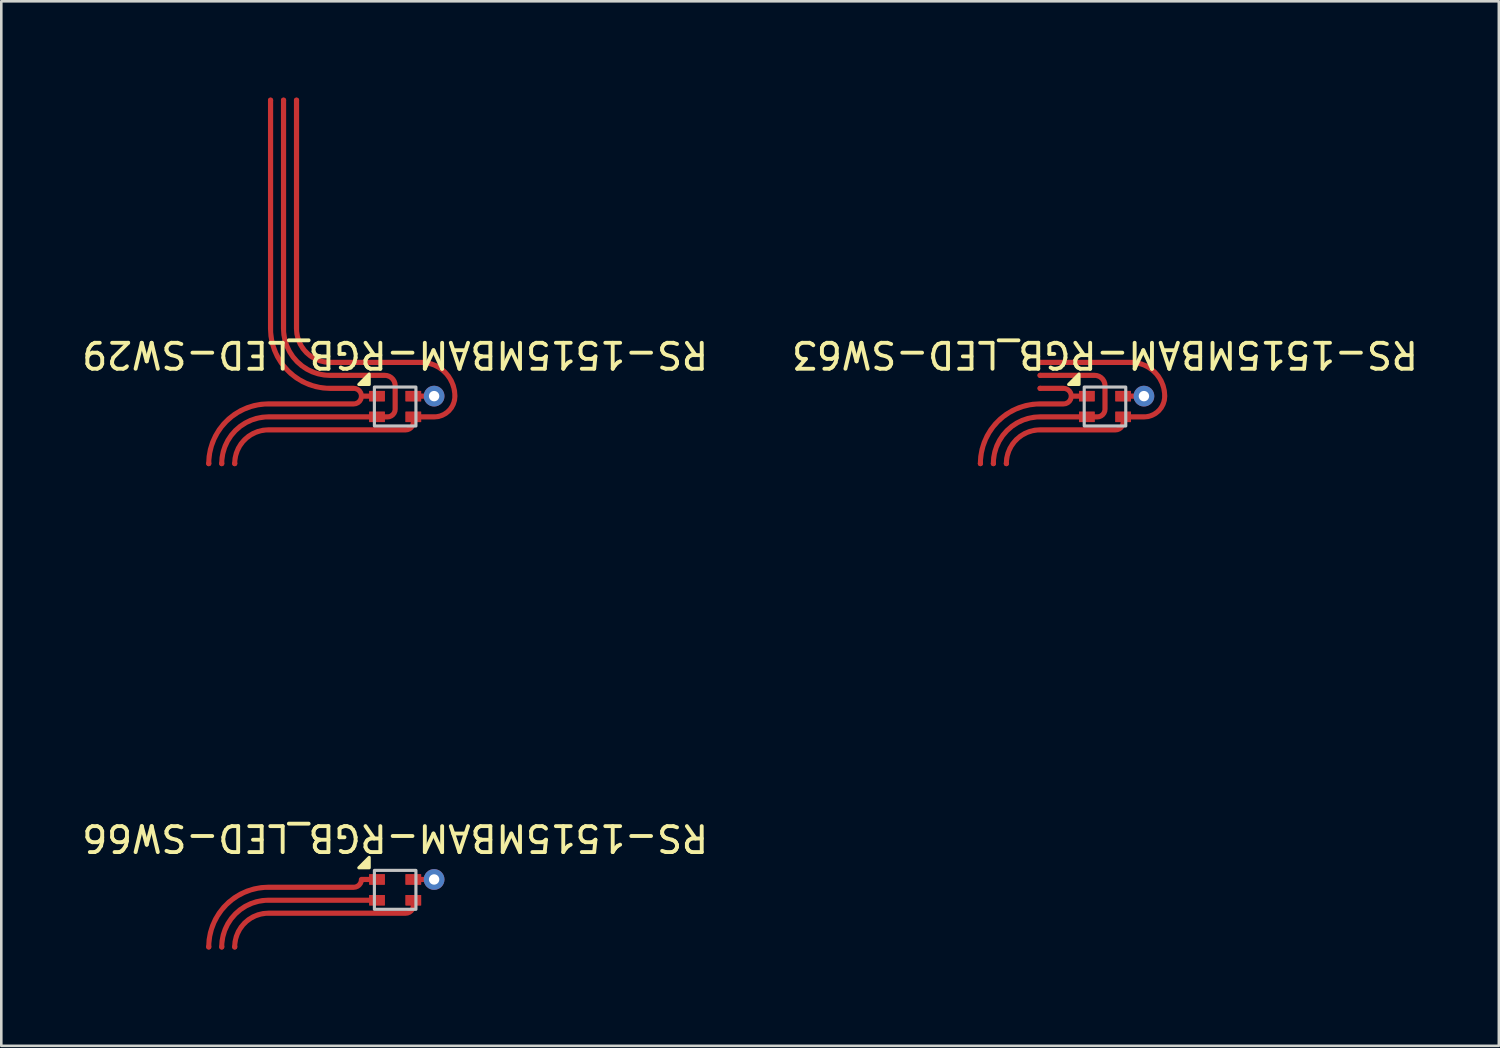
<source format=kicad_pcb>
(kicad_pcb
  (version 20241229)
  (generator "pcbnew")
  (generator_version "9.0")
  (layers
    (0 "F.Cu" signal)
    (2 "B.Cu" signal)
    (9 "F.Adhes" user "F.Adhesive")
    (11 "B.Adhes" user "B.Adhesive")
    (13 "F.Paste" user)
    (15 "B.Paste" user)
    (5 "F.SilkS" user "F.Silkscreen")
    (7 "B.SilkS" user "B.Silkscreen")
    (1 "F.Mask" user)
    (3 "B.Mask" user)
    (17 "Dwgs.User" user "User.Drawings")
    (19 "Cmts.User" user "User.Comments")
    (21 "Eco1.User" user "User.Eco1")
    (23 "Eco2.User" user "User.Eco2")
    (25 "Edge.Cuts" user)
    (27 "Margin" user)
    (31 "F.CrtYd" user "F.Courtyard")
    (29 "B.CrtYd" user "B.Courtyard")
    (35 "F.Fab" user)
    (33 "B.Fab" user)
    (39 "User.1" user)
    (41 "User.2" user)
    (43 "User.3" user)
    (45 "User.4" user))
  (footprint "RS-1515MBAM-RGB_LED-SW66"
    (layer "F.Cu")
    (at 12.173 31.23)
    (property "Reference" "RS-1515MBAM-RGB_LED-SW66" (at 0 -2 180) (unlocked yes) (layer "F.SilkS") (effects (font (size 1 1) (thickness 0.15))))
    (attr smd)
    (fp_poly (pts (xy -1 -0.85) (xy -1.4 -0.85) (xy -1 -1.25)) (stroke (width 0.12) (type solid)) (fill yes) (layer "F.SilkS"))
    (fp_rect (start -0.8 -0.75) (end 0.8 0.75) (stroke (width 0.12) (type solid)) (fill no) (layer "Dwgs.User"))
    (fp_line (start -2 -12.55) (end 2 -12.55) (stroke (width 0.12) (type solid)) (layer "User.4"))
    (fp_line (start -2 -11.05) (end 2 -11.05) (stroke (width 0.12) (type solid)) (layer "User.4"))
    (fp_line (start -2 1.45) (end 2 1.45) (stroke (width 0.12) (type solid)) (layer "User.4"))
    (fp_line (start -2 2.95) (end 2 2.95) (stroke (width 0.12) (type solid)) (layer "User.4"))
    (fp_arc (start -2 -11.05) (mid -2.75 -11.8) (end -2 -12.55) (stroke (width 0.12) (type solid)) (layer "User.4"))
    (fp_arc (start -2 2.95) (mid -2.75 2.2) (end -2 1.45) (stroke (width 0.12) (type solid)) (layer "User.4"))
    (fp_arc (start 2 -12.55) (mid 2.75 -11.8) (end 2 -11.05) (stroke (width 0.12) (type solid)) (layer "User.4"))
    (fp_arc (start 2 1.45) (mid 2.75 2.2) (end 2 2.95) (stroke (width 0.12) (type solid)) (layer "User.4"))
    (fp_circle (center 0 -4.8) (end 1.65 -4.8) (stroke (width 0.12) (type solid)) (fill no) (layer "User.4"))
    (pad "1" smd circle (at -7.181 2.2) (size 0.2 0.2) (layers "F.Cu"))
    (pad "1" smd rect (at -0.7 -0.4) (size 0.6 0.4) (layers "F.Cu" "F.Mask" "F.Paste"))
    (pad "1" smd custom (at -0.7 -0.4) (size 0.6 0.4) (layers "F.Cu") (options (anchor rect)) (primitives (gr_line (start 0 0) (end -0.6 0) (width 0.2)) (gr_arc (start -0.6 0) (mid -0.687868 0.212132) (end -0.9 0.3) (width 0.2)) (gr_line (start -0.9 0.3) (end -1.8 0.3) (width 0.2)) (gr_line (start -1.8 0.3) (end -4.181 0.3) (width 0.2)) (gr_arc (start -6.48125 2.6) (mid -5.807596 0.973655) (end -4.18125 0.3) (width 0.2))))
    (pad "2" smd rect (at 0.7 -0.4) (size 0.6 0.4) (layers "F.Cu" "F.Mask" "F.Paste"))
    (pad "2" smd custom (at 0.7 -0.4) (size 0.6 0.4) (layers "F.Cu") (options (anchor rect)) (primitives (gr_line (start 0 0) (end 0.8 0) (width 0.2))))
    (pad "2" thru_hole circle (at 1.5 -0.4) (size 0.8 0.8) (drill 0.4) (layers "*.Cu"))
    (pad "3" smd circle (at -6.181 2.2) (size 0.2 0.2) (layers "F.Cu"))
    (pad "3" smd rect (at 0.7 0.4) (size 0.6 0.4) (layers "F.Cu" "F.Mask" "F.Paste"))
    (pad "3" smd custom (at 0.7 0.4) (size 0.6 0.4) (layers "F.Cu") (options (anchor rect)) (primitives (gr_line (start 0 0.2) (end 0 0) (width 0.2)) (gr_arc (start 0 0.2) (mid -0.087868 0.412132) (end -0.3 0.5) (width 0.2)) (gr_line (start -0.3 0.5) (end -3.2 0.5) (width 0.2)) (gr_line (start -3.2 0.5) (end -5.581 0.5) (width 0.2)) (gr_arc (start -6.88125 1.8) (mid -6.500489 0.880762) (end -5.58125 0.5) (width 0.2))))
    (pad "4" smd circle (at -6.681 2.2) (size 0.2 0.2) (layers "F.Cu"))
    (pad "4" smd rect (at -0.7 0.4) (size 0.6 0.4) (layers "F.Cu" "F.Mask" "F.Paste"))
    (pad "4" smd custom (at -0.7 0.4) (size 0.6 0.4) (layers "F.Cu") (options (anchor rect)) (primitives (gr_line (start 0 0) (end -1.8 0) (width 0.2)) (gr_line (start -1.8 0) (end -4.181 0.000004) (width 0.2)) (gr_arc (start -5.98125 1.8) (mid -5.453581 0.52767) (end -4.18125 0.000004) (width 0.2)))))
  (footprint "RS-1515MBAM-RGB_LED-SW29"
    (layer "F.Cu")
    (at 12.173 12.61)
    (property "Reference" "RS-1515MBAM-RGB_LED-SW29" (at 0 -2 180) (unlocked yes) (layer "F.SilkS") (effects (font (size 1 1) (thickness 0.15))))
    (attr smd)
    (fp_poly (pts (xy -1 -0.85) (xy -1.4 -0.85) (xy -1 -1.25)) (stroke (width 0.12) (type solid)) (fill yes) (layer "F.SilkS"))
    (fp_rect (start -0.8 -0.75) (end 0.8 0.75) (stroke (width 0.12) (type solid)) (fill no) (layer "Dwgs.User"))
    (fp_line (start -2 -12.55) (end 2 -12.55) (stroke (width 0.12) (type solid)) (layer "User.4"))
    (fp_line (start -2 -11.05) (end 2 -11.05) (stroke (width 0.12) (type solid)) (layer "User.4"))
    (fp_line (start -2 1.45) (end 2 1.45) (stroke (width 0.12) (type solid)) (layer "User.4"))
    (fp_line (start -2 2.95) (end 2 2.95) (stroke (width 0.12) (type solid)) (layer "User.4"))
    (fp_arc (start -2 -11.05) (mid -2.75 -11.8) (end -2 -12.55) (stroke (width 0.12) (type solid)) (layer "User.4"))
    (fp_arc (start -2 2.95) (mid -2.75 2.2) (end -2 1.45) (stroke (width 0.12) (type solid)) (layer "User.4"))
    (fp_arc (start 2 -12.55) (mid 2.75 -11.8) (end 2 -11.05) (stroke (width 0.12) (type solid)) (layer "User.4"))
    (fp_arc (start 2 1.45) (mid 2.75 2.2) (end 2 2.95) (stroke (width 0.12) (type solid)) (layer "User.4"))
    (fp_circle (center 0 -4.8) (end 1.65 -4.8) (stroke (width 0.12) (type solid)) (fill no) (layer "User.4"))
    (pad "1" smd circle (at -7.181 2.2) (size 0.2 0.2) (layers "F.Cu"))
    (pad "1" smd circle (at -4.8 -11.8) (size 0.2 0.2) (layers "F.Cu"))
    (pad "1" smd rect (at -0.7 -0.4) (size 0.6 0.4) (layers "F.Cu" "F.Mask" "F.Paste"))
    (pad "1" smd custom (at -0.7 -0.4) (size 0.6 0.4) (layers "F.Cu") (options (anchor rect)) (primitives (gr_line (start 0 0) (end -0.6 0) (width 0.2)) (gr_arc (start -0.9 -0.3) (mid -0.6 0) (end -0.9 0.3) (width 0.2)) (gr_line (start -0.9 0.3) (end -1.8 0.3) (width 0.2)) (gr_line (start -1.8 0.3) (end -4.181 0.3) (width 0.2)) (gr_arc (start -6.48125 2.6) (mid -5.807596 0.973654) (end -4.18125 0.3) (width 0.2)) (gr_line (start -0.9 -0.3) (end -1.8 -0.3) (width 0.2)) (gr_arc (start -1.8 -0.3) (mid -3.423504 -0.970818) (end -4.099985 -2.591971) (width 0.2)) (gr_line (start -4.1 -2.6) (end -4.1 -11.4) (width 0.2))))
    (pad "2" smd rect (at 0.7 -0.4) (size 0.6 0.4) (layers "F.Cu" "F.Mask" "F.Paste"))
    (pad "2" smd custom (at 0.7 -0.4) (size 0.6 0.4) (layers "F.Cu") (options (anchor rect)) (primitives (gr_line (start 0 0) (end 0.8 0) (width 0.2))))
    (pad "2" thru_hole circle (at 1.5 -0.4) (size 0.8 0.8) (drill 0.4) (layers "*.Cu"))
    (pad "3" smd circle (at -6.181 2.2) (size 0.2 0.2) (layers "F.Cu"))
    (pad "3" smd circle (at -3.8 -11.8) (size 0.2 0.2) (layers "F.Cu"))
    (pad "3" smd rect (at 0.7 0.4) (size 0.6 0.4) (layers "F.Cu" "F.Mask" "F.Paste"))
    (pad "3" smd custom (at 0.7 0.4) (size 0.6 0.4) (layers "F.Cu") (options (anchor rect)) (primitives (gr_line (start 0.8 0) (end 0 0) (width 0.2)) (gr_arc (start 1.6 -0.8) (mid 1.366178 -0.234808) (end 0.801394 -0.000001) (width 0.2)) (gr_arc (start 0.3 -2.1) (mid 1.219238 -1.71924) (end 1.6 -0.800002) (width 0.2)) (gr_line (start -3.2 -2.1) (end 0.3 -2.1) (width 0.2)) (gr_arc (start -3.2 -2.1) (mid -4.118435 -2.479957) (end -4.499998 -3.397727) (width 0.2)) (gr_line (start -4.5 -3.4) (end -4.5 -12.2) (width 0.2)) (gr_line (start 0 0.2) (end 0 0) (width 0.2)) (gr_arc (start 0 0.2) (mid -0.087868 0.412132) (end -0.3 0.5) (width 0.2)) (gr_line (start -0.3 0.5) (end -3.2 0.5) (width 0.2)) (gr_line (start -3.2 0.5) (end -5.581 0.5) (width 0.2)) (gr_arc (start -6.88125 1.8) (mid -6.50129 0.881563) (end -5.583517 0.500002) (width 0.2))))
    (pad "4" smd circle (at -6.681 2.2) (size 0.2 0.2) (layers "F.Cu"))
    (pad "4" smd circle (at -4.3 -11.8) (size 0.2 0.2) (layers "F.Cu"))
    (pad "4" smd rect (at -0.7 0.4) (size 0.6 0.4) (layers "F.Cu" "F.Mask" "F.Paste"))
    (pad "4" smd custom (at -0.7 0.4) (size 0.6 0.4) (layers "F.Cu") (options (anchor rect)) (primitives (gr_line (start 0 0) (end 0.4 0) (width 0.2)) (gr_arc (start 0.7 -0.3) (mid 0.612132 -0.087868) (end 0.4 0) (width 0.2)) (gr_line (start 0.7 -0.3) (end 0.7 -1.2) (width 0.2)) (gr_arc (start 0.3 -1.6) (mid 0.582842 -1.482844) (end 0.7 -1.200002) (width 0.2)) (gr_line (start 0.3 -1.6) (end -1.8 -1.6) (width 0.2)) (gr_arc (start -1.8 -1.6) (mid -3.07168 -2.126097) (end -3.599996 -3.396857) (width 0.2)) (gr_line (start -3.6 -3.4) (end -3.6 -12.2) (width 0.2)) (gr_line (start 0 0) (end -1.8 0) (width 0.2)) (gr_line (start -1.8 0) (end -4.181 0.000004) (width 0.2)) (gr_arc (start -5.98125 1.8) (mid -5.454692 0.528782) (end -4.184393 0.000009) (width 0.2)))))
  (footprint "RS-1515MBAM-RGB_LED-SW63"
    (layer "F.Cu")
    (at 39.518 12.61)
    (property "Reference" "RS-1515MBAM-RGB_LED-SW63" (at 0 -2 180) (unlocked yes) (layer "F.SilkS") (effects (font (size 1 1) (thickness 0.15))))
    (attr smd)
    (fp_poly (pts (xy -1 -0.85) (xy -1.4 -0.85) (xy -1 -1.25)) (stroke (width 0.12) (type solid)) (fill yes) (layer "F.SilkS"))
    (fp_rect (start -0.8 -0.75) (end 0.8 0.75) (stroke (width 0.12) (type solid)) (fill no) (layer "Dwgs.User"))
    (fp_line (start -2 -12.55) (end 2 -12.55) (stroke (width 0.12) (type solid)) (layer "User.4"))
    (fp_line (start -2 -11.05) (end 2 -11.05) (stroke (width 0.12) (type solid)) (layer "User.4"))
    (fp_line (start -2 1.45) (end 2 1.45) (stroke (width 0.12) (type solid)) (layer "User.4"))
    (fp_line (start -2 2.95) (end 2 2.95) (stroke (width 0.12) (type solid)) (layer "User.4"))
    (fp_arc (start -2 -11.05) (mid -2.75 -11.8) (end -2 -12.55) (stroke (width 0.12) (type solid)) (layer "User.4"))
    (fp_arc (start -2 2.95) (mid -2.75 2.2) (end -2 1.45) (stroke (width 0.12) (type solid)) (layer "User.4"))
    (fp_arc (start 2 -12.55) (mid 2.75 -11.8) (end 2 -11.05) (stroke (width 0.12) (type solid)) (layer "User.4"))
    (fp_arc (start 2 1.45) (mid 2.75 2.2) (end 2 2.95) (stroke (width 0.12) (type solid)) (layer "User.4"))
    (fp_circle (center 0 -4.8) (end 1.65 -4.8) (stroke (width 0.12) (type solid)) (fill no) (layer "User.4"))
    (pad "1" smd circle (at -4.8 2.2) (size 0.2 0.2) (layers "F.Cu"))
    (pad "1" smd circle (at -2.5 -0.7) (size 0.2 0.2) (layers "F.Cu"))
    (pad "1" smd rect (at -0.7 -0.4) (size 0.6 0.4) (layers "F.Cu" "F.Mask" "F.Paste"))
    (pad "1" smd custom (at -0.7 -0.4) (size 0.6 0.4) (layers "F.Cu") (options (anchor rect)) (primitives (gr_line (start 0 0) (end -0.6 0) (width 0.2)) (gr_arc (start -0.9 -0.3) (mid -0.6 0) (end -0.9 0.3) (width 0.2)) (gr_line (start -0.9 0.3) (end -1.8 0.3) (width 0.2)) (gr_arc (start -4.1 2.6) (mid -3.426347 0.973655) (end -1.800002 0.3) (width 0.2)) (gr_line (start -0.9 -0.3) (end -1.8 -0.3) (width 0.2))))
    (pad "2" smd rect (at 0.7 -0.4) (size 0.6 0.4) (layers "F.Cu" "F.Mask" "F.Paste"))
    (pad "2" smd custom (at 0.7 -0.4) (size 0.6 0.4) (layers "F.Cu") (options (anchor rect)) (primitives (gr_line (start 0 0) (end 0.8 0) (width 0.2))))
    (pad "2" thru_hole circle (at 1.5 -0.4) (size 0.8 0.8) (drill 0.4) (layers "*.Cu"))
    (pad "3" smd circle (at -3.8 2.2) (size 0.2 0.2) (layers "F.Cu"))
    (pad "3" smd circle (at -2.5 -1.7) (size 0.2 0.2) (layers "F.Cu"))
    (pad "3" smd rect (at 0.7 0.4) (size 0.6 0.4) (layers "F.Cu" "F.Mask" "F.Paste"))
    (pad "3" smd custom (at 0.7 0.4) (size 0.6 0.4) (layers "F.Cu") (options (anchor rect)) (primitives (gr_line (start 0.8 0) (end 0 0) (width 0.2)) (gr_arc (start 1.6 -0.8) (mid 1.366178 -0.234808) (end 0.801394 -0.000001) (width 0.2)) (gr_arc (start 0.3 -2.1) (mid 1.219238 -1.71924) (end 1.6 -0.800002) (width 0.2)) (gr_line (start -3.2 -2.1) (end 0.3 -2.1) (width 0.2)) (gr_line (start 0 0.2) (end 0 0) (width 0.2)) (gr_arc (start 0 0.2) (mid -0.087868 0.412132) (end -0.3 0.5) (width 0.2)) (gr_line (start -0.3 0.5) (end -3.2 0.5) (width 0.2)) (gr_arc (start -4.5 1.8) (mid -4.11924 0.880762) (end -3.200002 0.5) (width 0.2))))
    (pad "4" smd circle (at -4.3 2.2) (size 0.2 0.2) (layers "F.Cu"))
    (pad "4" smd circle (at -2.5 -1.2) (size 0.2 0.2) (layers "F.Cu"))
    (pad "4" smd rect (at -0.7 0.4) (size 0.6 0.4) (layers "F.Cu" "F.Mask" "F.Paste"))
    (pad "4" smd custom (at -0.7 0.4) (size 0.6 0.4) (layers "F.Cu") (options (anchor rect)) (primitives (gr_line (start 0 0) (end 0.4 0) (width 0.2)) (gr_arc (start 0.7 -0.3) (mid 0.612132 -0.087868) (end 0.4 0) (width 0.2)) (gr_line (start 0.7 -0.3) (end 0.7 -1.2) (width 0.2)) (gr_arc (start 0.3 -1.6) (mid 0.582842 -1.482844) (end 0.7 -1.200002) (width 0.2)) (gr_line (start 0.3 -1.6) (end -1.8 -1.6) (width 0.2)) (gr_line (start 0 0) (end -1.8 0) (width 0.2)) (gr_arc (start -3.6 1.8) (mid -3.073902 0.528319) (end -1.803141 0.000004) (width 0.2)))))
  (gr_rect
    (start -3 -3)
    (end 54.69 37.24)
    (stroke (width 0.1) (type default))
    (fill no)
    (layer "Edge.Cuts")))
</source>
